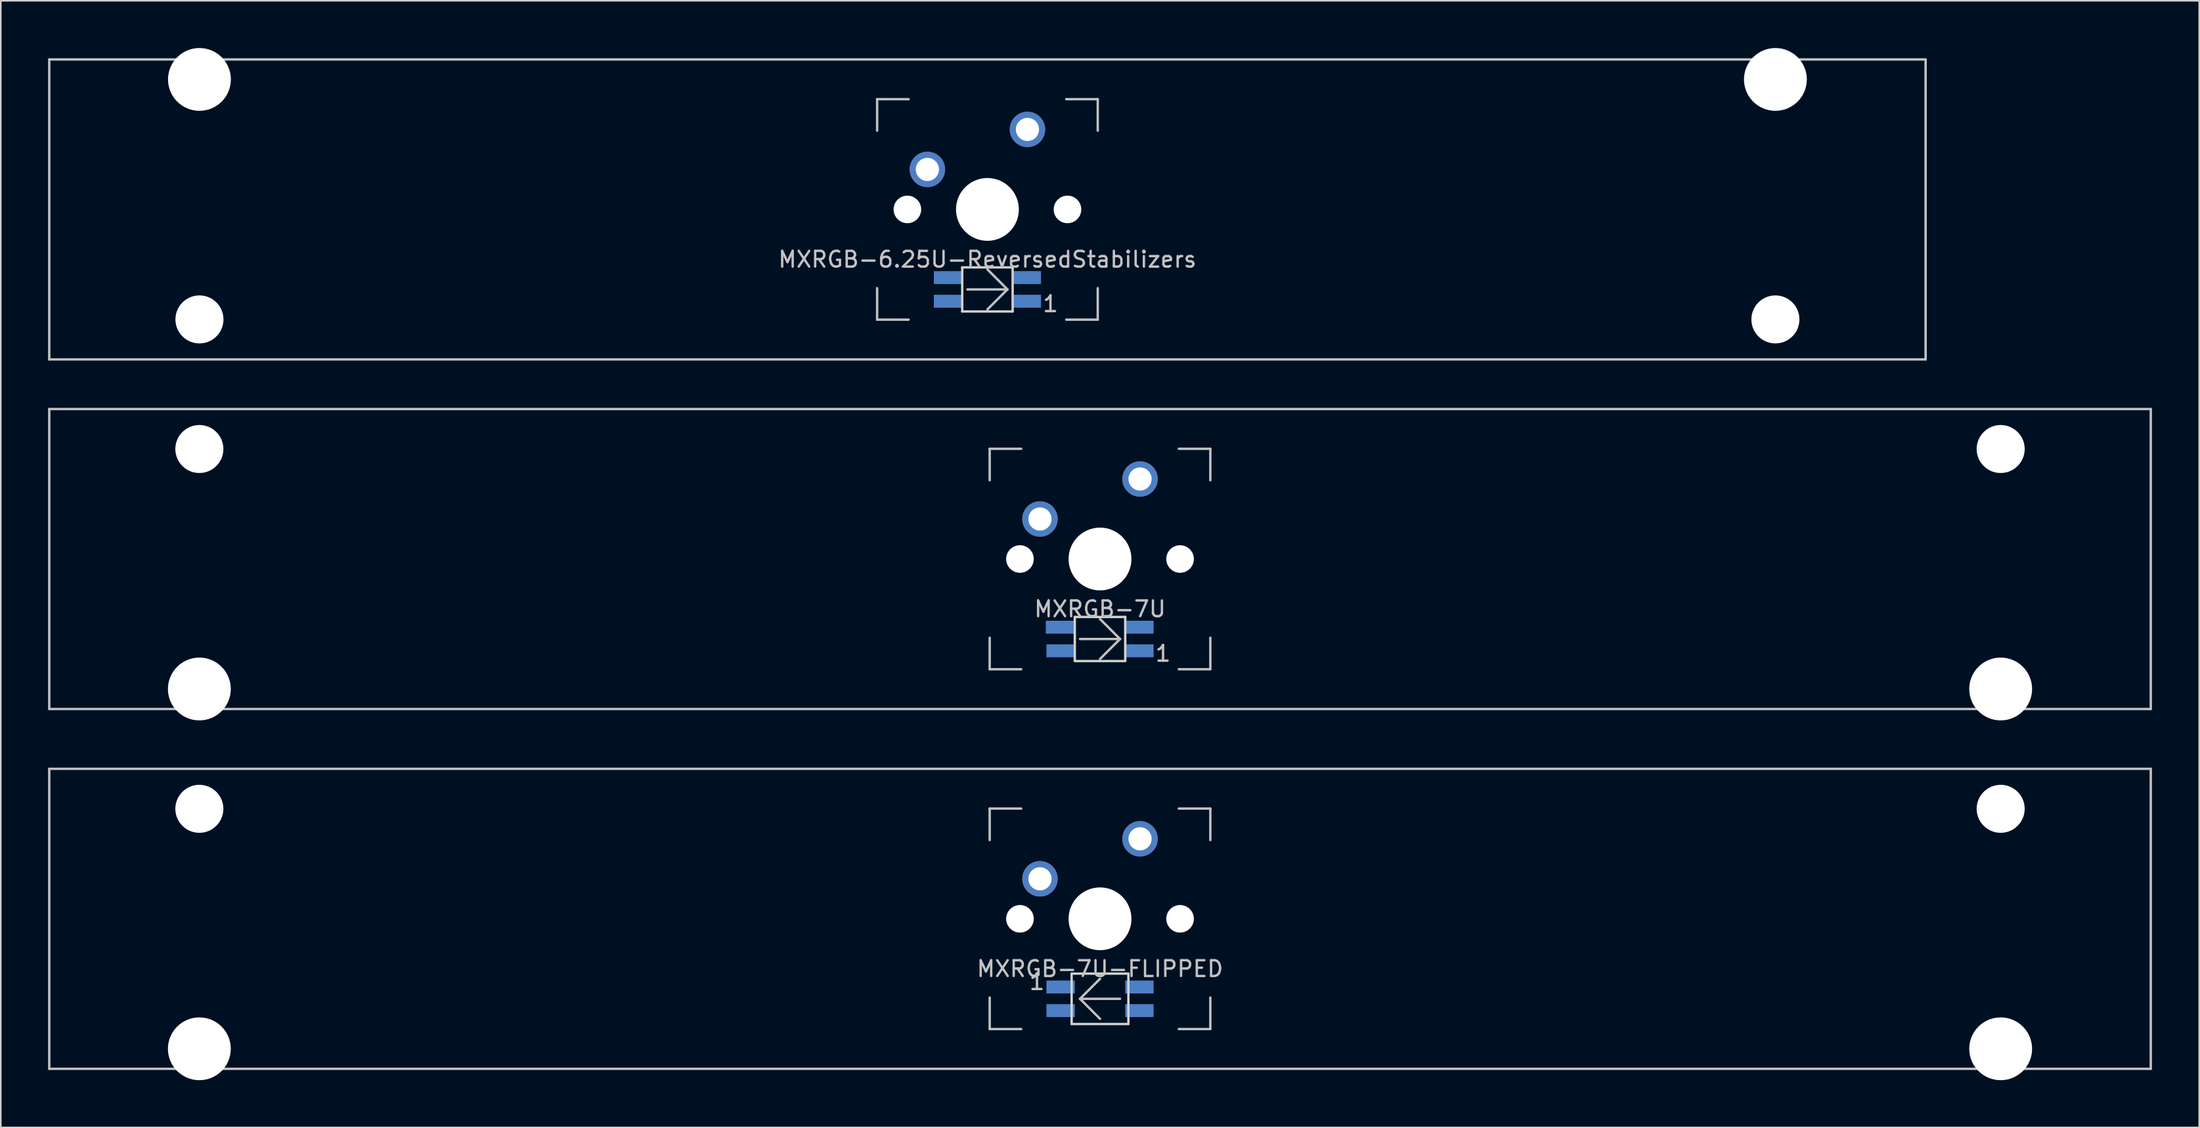
<source format=kicad_pcb>
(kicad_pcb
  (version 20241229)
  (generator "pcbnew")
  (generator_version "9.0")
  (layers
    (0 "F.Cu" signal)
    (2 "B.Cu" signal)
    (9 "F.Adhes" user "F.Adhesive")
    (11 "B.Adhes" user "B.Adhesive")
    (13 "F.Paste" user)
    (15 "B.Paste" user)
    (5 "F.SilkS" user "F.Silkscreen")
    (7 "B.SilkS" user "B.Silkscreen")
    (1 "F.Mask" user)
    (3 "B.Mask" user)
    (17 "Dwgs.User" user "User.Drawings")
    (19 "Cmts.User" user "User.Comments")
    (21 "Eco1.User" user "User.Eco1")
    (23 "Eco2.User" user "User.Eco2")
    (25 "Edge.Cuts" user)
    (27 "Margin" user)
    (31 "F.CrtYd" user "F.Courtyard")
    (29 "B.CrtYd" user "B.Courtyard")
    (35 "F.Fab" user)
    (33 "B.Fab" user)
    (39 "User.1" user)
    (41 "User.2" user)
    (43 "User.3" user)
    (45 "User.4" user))
  (footprint "MXRGB-7U-FLIPPED"
    (layer "F.Cu")
    (at 66.75 55.298)
    (property "Reference" "MXRGB-7U-FLIPPED" (at 0 3.175 0) (layer "Dwgs.User") (effects (font (size 1 1) (thickness 0.15))))
    (attr through_hole)
    (fp_line (start -66.675 -9.525) (end 66.675 -9.525) (stroke (width 0.15) (type solid)) (layer "Dwgs.User"))
    (fp_line (start -66.675 9.525) (end -66.675 -9.525) (stroke (width 0.15) (type solid)) (layer "Dwgs.User"))
    (fp_line (start -66.675 9.525) (end 66.675 9.525) (stroke (width 0.15) (type solid)) (layer "Dwgs.User"))
    (fp_line (start -7 -7) (end -7 -5) (stroke (width 0.15) (type solid)) (layer "Dwgs.User"))
    (fp_line (start -7 5) (end -7 7) (stroke (width 0.15) (type solid)) (layer "Dwgs.User"))
    (fp_line (start -7 7) (end -5 7) (stroke (width 0.15) (type solid)) (layer "Dwgs.User"))
    (fp_line (start -5 -7) (end -7 -7) (stroke (width 0.15) (type solid)) (layer "Dwgs.User"))
    (fp_line (start -1.27 5.08) (end 0 3.81) (stroke (width 0.15) (type solid)) (layer "Dwgs.User"))
    (fp_line (start -1.27 5.08) (end 0 6.35) (stroke (width 0.15) (type solid)) (layer "Dwgs.User"))
    (fp_line (start -1.27 5.08) (end 1.27 5.08) (stroke (width 0.15) (type solid)) (layer "Dwgs.User"))
    (fp_line (start 5 -7) (end 7 -7) (stroke (width 0.15) (type solid)) (layer "Dwgs.User"))
    (fp_line (start 5 7) (end 7 7) (stroke (width 0.15) (type solid)) (layer "Dwgs.User"))
    (fp_line (start 7 -7) (end 7 -5) (stroke (width 0.15) (type solid)) (layer "Dwgs.User"))
    (fp_line (start 7 7) (end 7 5) (stroke (width 0.15) (type solid)) (layer "Dwgs.User"))
    (fp_line (start 66.675 -9.525) (end 66.675 9.525) (stroke (width 0.15) (type solid)) (layer "Dwgs.User"))
    (fp_line (start -1.8 3.48) (end -1.8 6.68) (stroke (width 0.15) (type solid)) (layer "Edge.Cuts"))
    (fp_line (start -1.8 3.48) (end 1.8 3.48) (stroke (width 0.15) (type solid)) (layer "Edge.Cuts"))
    (fp_line (start 1.8 3.48) (end 1.8 6.68) (stroke (width 0.15) (type solid)) (layer "Edge.Cuts"))
    (fp_line (start 1.8 6.68) (end -1.8 6.68) (stroke (width 0.15) (type solid)) (layer "Edge.Cuts"))
    (fp_text user "1" (at -4 4 0) (layer "Dwgs.User") (effects (font (size 1 1) (thickness 0.15))))
    (pad "" np_thru_hole circle (at -57.15 -6.985) (size 3.048 3.048) (drill 3.048) (layers "*.Cu" "*.Mask"))
    (pad "" np_thru_hole circle (at -57.15 8.255) (size 3.988 3.988) (drill 3.988) (layers "*.Cu" "*.Mask"))
    (pad "" np_thru_hole circle (at -5.08 0 48.1) (size 1.75 1.75) (drill 1.75) (layers "*.Cu" "*.Mask"))
    (pad "" np_thru_hole circle (at 0 0) (size 3.988 3.988) (drill 3.988) (layers "*.Cu" "*.Mask"))
    (pad "" np_thru_hole circle (at 5.08 0 48.1) (size 1.75 1.75) (drill 1.75) (layers "*.Cu" "*.Mask"))
    (pad "" np_thru_hole circle (at 57.15 -6.985) (size 3.048 3.048) (drill 3.048) (layers "*.Cu" "*.Mask"))
    (pad "" np_thru_hole circle (at 57.15 8.255) (size 3.988 3.988) (drill 3.988) (layers "*.Cu" "*.Mask"))
    (pad "1" thru_hole circle (at -3.81 -2.54) (size 2.25 2.25) (drill 1.47) (layers "*.Cu" "B.Mask"))
    (pad "2" thru_hole circle (at 2.54 -5.08) (size 2.25 2.25) (drill 1.47) (layers "*.Cu" "B.Mask"))
    (pad "3" smd rect (at -2.5 4.33) (size 1.8 0.82) (layers "B.Cu" "B.Mask" "B.Paste"))
    (pad "4" smd rect (at -2.5 5.83) (size 1.8 0.82) (layers "B.Cu" "B.Mask" "B.Paste"))
    (pad "5" smd rect (at 2.5 5.83) (size 1.8 0.82) (layers "B.Cu" "B.Mask" "B.Paste"))
    (pad "6" smd rect (at 2.5 4.33) (size 1.8 0.82) (layers "B.Cu" "B.Mask" "B.Paste")))
  (footprint "MXRGB-7U"
    (layer "F.Cu")
    (at 66.75 32.449)
    (property "Reference" "MXRGB-7U" (at 0 3.175 0) (layer "Dwgs.User") (effects (font (size 1 1) (thickness 0.15))))
    (attr through_hole)
    (fp_line (start -66.675 -9.525) (end 66.675 -9.525) (stroke (width 0.15) (type solid)) (layer "Dwgs.User"))
    (fp_line (start -66.675 9.525) (end -66.675 -9.525) (stroke (width 0.15) (type solid)) (layer "Dwgs.User"))
    (fp_line (start -66.675 9.525) (end 66.675 9.525) (stroke (width 0.15) (type solid)) (layer "Dwgs.User"))
    (fp_line (start -7 -7) (end -7 -5) (stroke (width 0.15) (type solid)) (layer "Dwgs.User"))
    (fp_line (start -7 5) (end -7 7) (stroke (width 0.15) (type solid)) (layer "Dwgs.User"))
    (fp_line (start -7 7) (end -5 7) (stroke (width 0.15) (type solid)) (layer "Dwgs.User"))
    (fp_line (start -5 -7) (end -7 -7) (stroke (width 0.15) (type solid)) (layer "Dwgs.User"))
    (fp_line (start -1.27 5.08) (end 1.27 5.08) (stroke (width 0.15) (type solid)) (layer "Dwgs.User"))
    (fp_line (start 1.27 5.08) (end 0 3.81) (stroke (width 0.15) (type solid)) (layer "Dwgs.User"))
    (fp_line (start 1.27 5.08) (end 0 6.35) (stroke (width 0.15) (type solid)) (layer "Dwgs.User"))
    (fp_line (start 5 -7) (end 7 -7) (stroke (width 0.15) (type solid)) (layer "Dwgs.User"))
    (fp_line (start 5 7) (end 7 7) (stroke (width 0.15) (type solid)) (layer "Dwgs.User"))
    (fp_line (start 7 -7) (end 7 -5) (stroke (width 0.15) (type solid)) (layer "Dwgs.User"))
    (fp_line (start 7 7) (end 7 5) (stroke (width 0.15) (type solid)) (layer "Dwgs.User"))
    (fp_line (start 66.675 -9.525) (end 66.675 9.525) (stroke (width 0.15) (type solid)) (layer "Dwgs.User"))
    (fp_line (start -1.6 3.68) (end -1.6 6.48) (stroke (width 0.15) (type solid)) (layer "Edge.Cuts"))
    (fp_line (start -1.6 3.68) (end 1.6 3.68) (stroke (width 0.15) (type solid)) (layer "Edge.Cuts"))
    (fp_line (start 1.6 3.68) (end 1.6 6.48) (stroke (width 0.15) (type solid)) (layer "Edge.Cuts"))
    (fp_line (start 1.6 6.48) (end -1.6 6.48) (stroke (width 0.15) (type solid)) (layer "Edge.Cuts"))
    (fp_text user "1" (at 4 6 0) (layer "Dwgs.User") (effects (font (size 1 1) (thickness 0.15))))
    (pad "" np_thru_hole circle (at -57.15 -6.985) (size 3.048 3.048) (drill 3.048) (layers "*.Cu" "*.Mask"))
    (pad "" np_thru_hole circle (at -57.15 8.255) (size 3.988 3.988) (drill 3.988) (layers "*.Cu" "*.Mask"))
    (pad "" np_thru_hole circle (at -5.08 0 48.1) (size 1.75 1.75) (drill 1.75) (layers "*.Cu" "*.Mask"))
    (pad "" np_thru_hole circle (at 0 0) (size 3.988 3.988) (drill 3.988) (layers "*.Cu" "*.Mask"))
    (pad "" np_thru_hole circle (at 5.08 0 48.1) (size 1.75 1.75) (drill 1.75) (layers "*.Cu" "*.Mask"))
    (pad "" np_thru_hole circle (at 57.15 -6.985) (size 3.048 3.048) (drill 3.048) (layers "*.Cu" "*.Mask"))
    (pad "" np_thru_hole circle (at 57.15 8.255) (size 3.988 3.988) (drill 3.988) (layers "*.Cu" "*.Mask"))
    (pad "1" thru_hole circle (at -3.81 -2.54) (size 2.25 2.25) (drill 1.47) (layers "*.Cu" "B.Mask"))
    (pad "2" thru_hole circle (at 2.54 -5.08) (size 2.25 2.25) (drill 1.47) (layers "*.Cu" "B.Mask"))
    (pad "3" smd rect (at 2.5 5.83) (size 1.8 0.82) (layers "B.Cu" "B.Mask" "B.Paste"))
    (pad "4" smd rect (at 2.5 4.33) (size 1.8 0.82) (layers "B.Cu" "B.Mask" "B.Paste"))
    (pad "5" smd rect (at -2.54 4.33) (size 1.8 0.82) (layers "B.Cu" "B.Mask" "B.Paste"))
    (pad "6" smd rect (at -2.5 5.83) (size 1.8 0.82) (layers "B.Cu" "B.Mask" "B.Paste")))
  (footprint "MXRGB-6.25U-ReversedStabilizers"
    (layer "F.Cu")
    (at 59.606 10.249)
    (property "Reference" "MXRGB-6.25U-ReversedStabilizers" (at 0 3.175 0) (layer "Dwgs.User") (effects (font (size 1 1) (thickness 0.15))))
    (attr through_hole)
    (fp_line (start -59.531 -9.525) (end 59.531 -9.525) (stroke (width 0.15) (type solid)) (layer "Dwgs.User"))
    (fp_line (start -59.531 9.525) (end -59.531 -9.525) (stroke (width 0.15) (type solid)) (layer "Dwgs.User"))
    (fp_line (start -59.531 9.525) (end 59.531 9.525) (stroke (width 0.15) (type solid)) (layer "Dwgs.User"))
    (fp_line (start -7 -7) (end -7 -5) (stroke (width 0.15) (type solid)) (layer "Dwgs.User"))
    (fp_line (start -7 5) (end -7 7) (stroke (width 0.15) (type solid)) (layer "Dwgs.User"))
    (fp_line (start -7 7) (end -5 7) (stroke (width 0.15) (type solid)) (layer "Dwgs.User"))
    (fp_line (start -5 -7) (end -7 -7) (stroke (width 0.15) (type solid)) (layer "Dwgs.User"))
    (fp_line (start -1.27 5.08) (end 1.27 5.08) (stroke (width 0.15) (type solid)) (layer "Dwgs.User"))
    (fp_line (start 1.27 5.08) (end 0 3.81) (stroke (width 0.15) (type solid)) (layer "Dwgs.User"))
    (fp_line (start 1.27 5.08) (end 0 6.35) (stroke (width 0.15) (type solid)) (layer "Dwgs.User"))
    (fp_line (start 5 -7) (end 7 -7) (stroke (width 0.15) (type solid)) (layer "Dwgs.User"))
    (fp_line (start 5 7) (end 7 7) (stroke (width 0.15) (type solid)) (layer "Dwgs.User"))
    (fp_line (start 7 -7) (end 7 -5) (stroke (width 0.15) (type solid)) (layer "Dwgs.User"))
    (fp_line (start 7 7) (end 7 5) (stroke (width 0.15) (type solid)) (layer "Dwgs.User"))
    (fp_line (start 59.531 -9.525) (end 59.531 9.525) (stroke (width 0.15) (type solid)) (layer "Dwgs.User"))
    (fp_line (start -1.6 3.68) (end -1.6 6.48) (stroke (width 0.15) (type solid)) (layer "Edge.Cuts"))
    (fp_line (start -1.6 3.68) (end 1.6 3.68) (stroke (width 0.15) (type solid)) (layer "Edge.Cuts"))
    (fp_line (start 1.6 3.68) (end 1.6 6.48) (stroke (width 0.15) (type solid)) (layer "Edge.Cuts"))
    (fp_line (start 1.6 6.48) (end -1.6 6.48) (stroke (width 0.15) (type solid)) (layer "Edge.Cuts"))
    (fp_text user "1" (at 4 6 0) (layer "Dwgs.User") (effects (font (size 1 1) (thickness 0.15))))
    (pad "" np_thru_hole circle (at -50 -8.255) (size 3.988 3.988) (drill 3.988) (layers "*.Cu" "*.Mask"))
    (pad "" np_thru_hole circle (at -50 6.985) (size 3.048 3.048) (drill 3.048) (layers "*.Cu" "*.Mask"))
    (pad "" np_thru_hole circle (at -5.08 0 48.1) (size 1.75 1.75) (drill 1.75) (layers "*.Cu" "*.Mask"))
    (pad "" np_thru_hole circle (at 0 0) (size 3.988 3.988) (drill 3.988) (layers "*.Cu" "*.Mask"))
    (pad "" np_thru_hole circle (at 5.08 0 48.1) (size 1.75 1.75) (drill 1.75) (layers "*.Cu" "*.Mask"))
    (pad "" np_thru_hole circle (at 50 -8.255) (size 3.988 3.988) (drill 3.988) (layers "*.Cu" "*.Mask"))
    (pad "" np_thru_hole circle (at 50 6.985) (size 3.048 3.048) (drill 3.048) (layers "*.Cu" "*.Mask"))
    (pad "1" thru_hole circle (at -3.81 -2.54) (size 2.25 2.25) (drill 1.47) (layers "*.Cu" "B.Mask"))
    (pad "2" thru_hole circle (at 2.54 -5.08) (size 2.25 2.25) (drill 1.47) (layers "*.Cu" "B.Mask"))
    (pad "3" smd rect (at 2.5 5.83) (size 1.8 0.82) (layers "B.Cu" "B.Mask" "B.Paste"))
    (pad "4" smd rect (at 2.5 4.33) (size 1.8 0.82) (layers "B.Cu" "B.Mask" "B.Paste"))
    (pad "5" smd rect (at -2.5 4.33) (size 1.8 0.82) (layers "B.Cu" "B.Mask" "B.Paste"))
    (pad "6" smd rect (at -2.5 5.83) (size 1.8 0.82) (layers "B.Cu" "B.Mask" "B.Paste")))
  (gr_rect
    (start -3 -3)
    (end 136.5 68.547)
    (stroke (width 0.1) (type default))
    (fill no)
    (layer "Edge.Cuts")))
</source>
